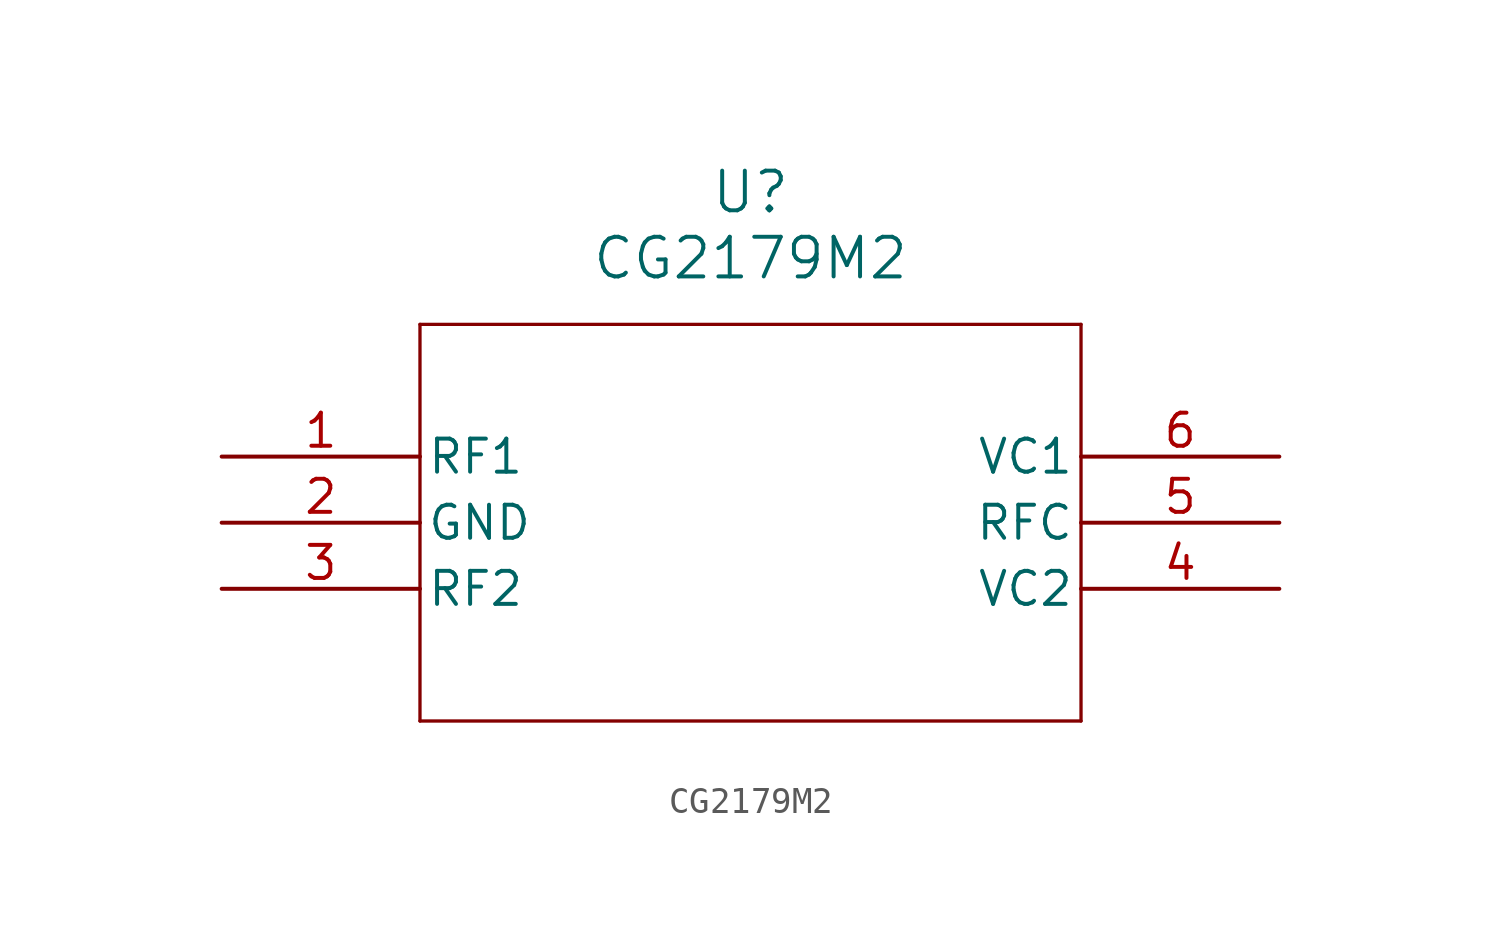
<source format=kicad_sym>
(kicad_symbol_lib
  (version 20211014)
  (generator kicad_symbol_editor)
  (symbol "CG2179M2"
    (pin_names
      (offset 0.254))
    (property "Reference" "U"
      (at 20.32 10.16 0)
      (effects (font (size 1.524 1.524))))
    (property "Value" "CG2179M2"
      (at 20.32 7.62 0)
      (effects (font (size 1.524 1.524))))
    (symbol "CG2179M2_0_1"
      (polyline (pts (xy 7.62 5.08) (xy 7.62 -10.16)) (stroke (width 0.127) (type default) (color 0 0 0 0)) (fill (type none)))
      (polyline (pts (xy 7.62 -10.16) (xy 33.02 -10.16)) (stroke (width 0.127) (type default) (color 0 0 0 0)) (fill (type none)))
      (polyline (pts (xy 33.02 -10.16) (xy 33.02 5.08)) (stroke (width 0.127) (type default) (color 0 0 0 0)) (fill (type none)))
      (polyline (pts (xy 33.02 5.08) (xy 7.62 5.08)) (stroke (width 0.127) (type default) (color 0 0 0 0)) (fill (type none)))
      (pin bidirectional line (at 0 0 0) (length 7.62) (name "RF1" (effects (font (size 1.27 1.27)))) (number "1" (effects (font (size 1.27 1.27)))))
      (pin power_out line (at 0 -2.54 0) (length 7.62) (name "GND" (effects (font (size 1.27 1.27)))) (number "2" (effects (font (size 1.27 1.27)))))
      (pin bidirectional line (at 0 -5.08 0) (length 7.62) (name "RF2" (effects (font (size 1.27 1.27)))) (number "3" (effects (font (size 1.27 1.27)))))
      (pin unspecified line (at 40.64 -5.08 180) (length 7.62) (name "VC2" (effects (font (size 1.27 1.27)))) (number "4" (effects (font (size 1.27 1.27)))))
      (pin unspecified line (at 40.64 -2.54 180) (length 7.62) (name "RFC" (effects (font (size 1.27 1.27)))) (number "5" (effects (font (size 1.27 1.27)))))
      (pin bidirectional line (at 40.64 0 180) (length 7.62) (name "VC1" (effects (font (size 1.27 1.27)))) (number "6" (effects (font (size 1.27 1.27))))))))
</source>
